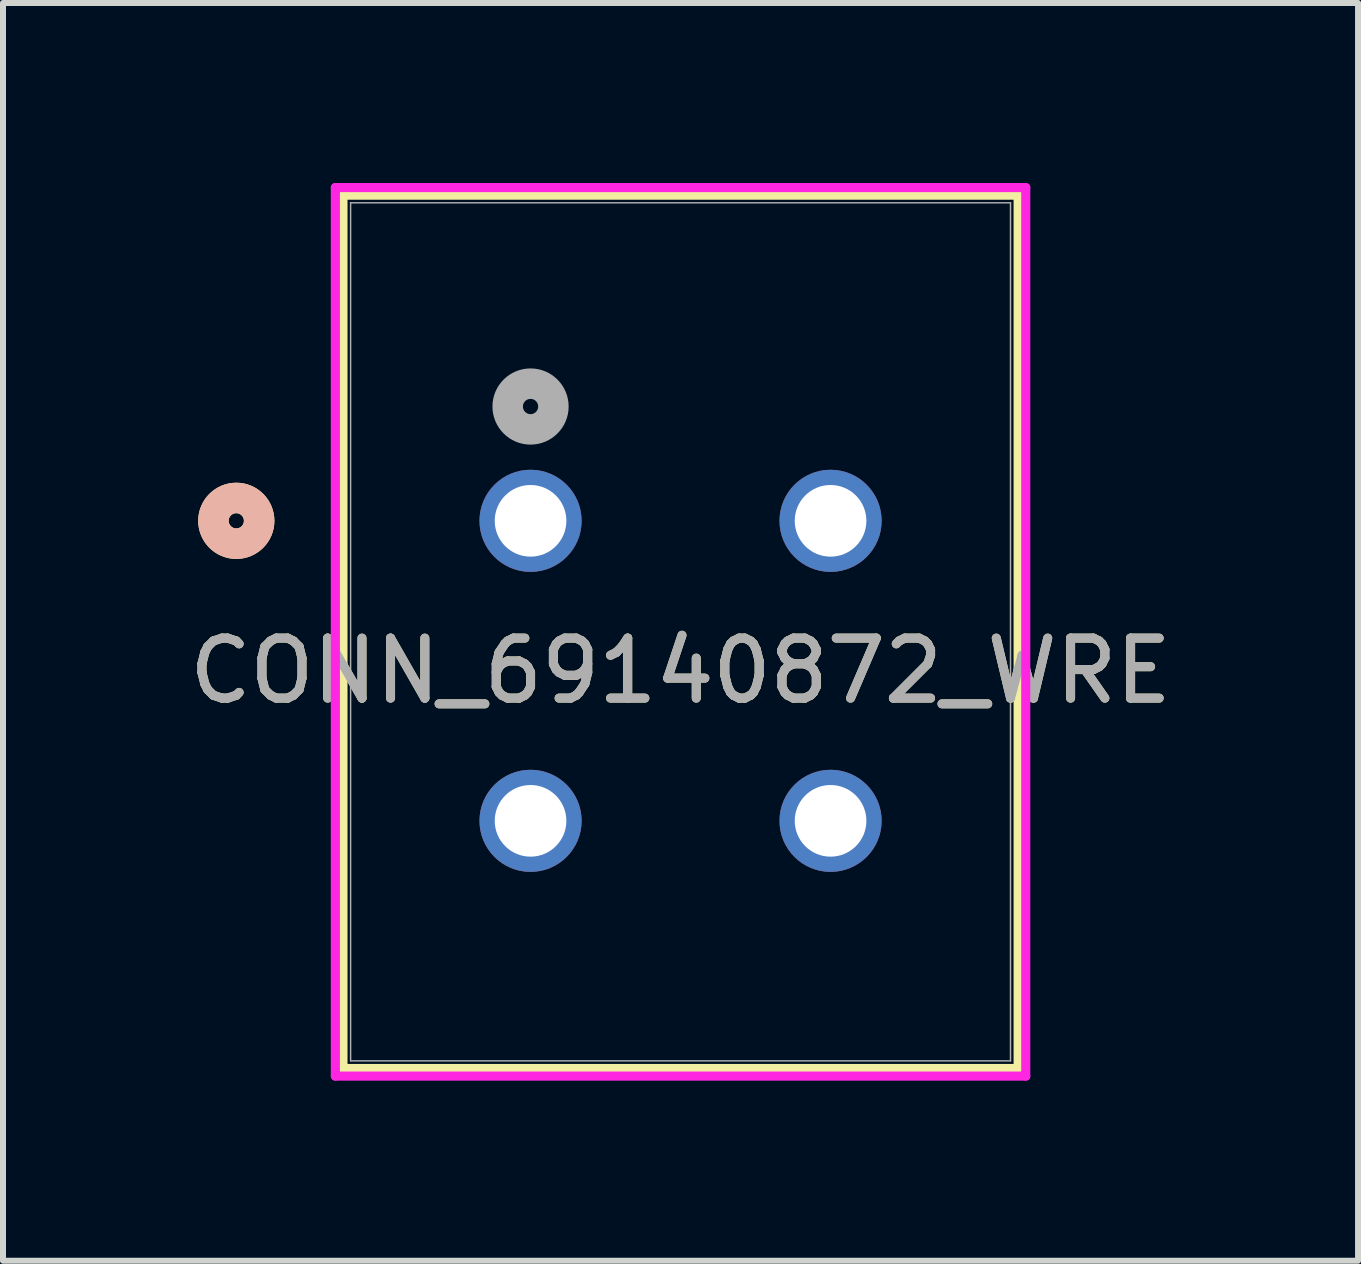
<source format=kicad_pcb>
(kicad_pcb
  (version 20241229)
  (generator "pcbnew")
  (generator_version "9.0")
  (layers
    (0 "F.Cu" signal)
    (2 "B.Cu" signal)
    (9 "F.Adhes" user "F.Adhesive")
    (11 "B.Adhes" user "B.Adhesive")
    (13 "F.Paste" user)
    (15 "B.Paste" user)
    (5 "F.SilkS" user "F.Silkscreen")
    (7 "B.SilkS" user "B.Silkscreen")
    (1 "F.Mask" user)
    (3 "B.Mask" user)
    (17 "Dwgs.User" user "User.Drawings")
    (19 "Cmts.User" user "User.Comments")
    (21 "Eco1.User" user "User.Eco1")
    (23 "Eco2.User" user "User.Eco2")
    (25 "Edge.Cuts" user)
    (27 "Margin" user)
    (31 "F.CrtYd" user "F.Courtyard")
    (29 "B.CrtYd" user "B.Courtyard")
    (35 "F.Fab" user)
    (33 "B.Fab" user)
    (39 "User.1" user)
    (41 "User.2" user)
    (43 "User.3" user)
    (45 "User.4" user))
  (footprint "CONN_69140872_WRE"
    (layer "F.Cu")
    (at 5.792 5.63)
    (property "Reference" "CONN_69140872_WRE" (at 2.5 2.5 0) (unlocked yes) (layer "F.SilkS") (effects (font (size 1 1) (thickness 0.15))))
    (attr through_hole)
    (fp_line (start -3.126 -5.427) (end -3.126 9.127) (stroke (width 0.152) (type solid)) (layer "F.SilkS"))
    (fp_line (start -3.126 9.127) (end 8.126 9.127) (stroke (width 0.152) (type solid)) (layer "F.SilkS"))
    (fp_line (start 8.126 -5.427) (end -3.126 -5.427) (stroke (width 0.152) (type solid)) (layer "F.SilkS"))
    (fp_line (start 8.126 9.127) (end 8.126 -5.427) (stroke (width 0.152) (type solid)) (layer "F.SilkS"))
    (fp_circle (center -4.904 0) (end -4.523 0) (stroke (width 0.508) (type solid)) (fill no) (layer "F.SilkS"))
    (fp_circle (center -4.904 0) (end -4.523 0) (stroke (width 0.508) (type solid)) (fill no) (layer "B.SilkS"))
    (fp_line (start -3.253 -5.554) (end -3.253 9.254) (stroke (width 0.152) (type solid)) (layer "F.CrtYd"))
    (fp_line (start -3.253 9.254) (end 8.253 9.254) (stroke (width 0.152) (type solid)) (layer "F.CrtYd"))
    (fp_line (start 8.253 -5.554) (end -3.253 -5.554) (stroke (width 0.152) (type solid)) (layer "F.CrtYd"))
    (fp_line (start 8.253 9.254) (end 8.253 -5.554) (stroke (width 0.152) (type solid)) (layer "F.CrtYd"))
    (fp_line (start -2.999 -5.3) (end -2.999 9) (stroke (width 0.025) (type solid)) (layer "F.Fab"))
    (fp_line (start -2.999 9) (end 7.999 9) (stroke (width 0.025) (type solid)) (layer "F.Fab"))
    (fp_line (start 7.999 -5.3) (end -2.999 -5.3) (stroke (width 0.025) (type solid)) (layer "F.Fab"))
    (fp_line (start 7.999 9) (end 7.999 -5.3) (stroke (width 0.025) (type solid)) (layer "F.Fab"))
    (fp_circle (center 0 -1.905) (end 0.381 -1.905) (stroke (width 0.508) (type solid)) (fill no) (layer "F.Fab"))
    (fp_text user "${REFERENCE}" (at 2.5 2.5 0) (unlocked yes) (layer "F.Fab") (effects (font (size 1 1) (thickness 0.15))))
    (pad "1" thru_hole circle (at 0 0) (size 1.702 1.702) (drill 1.194) (layers "*.Cu" "*.Mask"))
    (pad "2" thru_hole circle (at 5 0) (size 1.702 1.702) (drill 1.194) (layers "*.Cu" "*.Mask"))
    (pad "3" thru_hole circle (at 0 5) (size 1.702 1.702) (drill 1.194) (layers "*.Cu" "*.Mask"))
    (pad "4" thru_hole circle (at 5 5) (size 1.702 1.702) (drill 1.194) (layers "*.Cu" "*.Mask")))
  (gr_rect
    (start -3 -3)
    (end 19.583 17.961)
    (stroke (width 0.1) (type default))
    (fill no)
    (layer "Edge.Cuts")))
</source>
